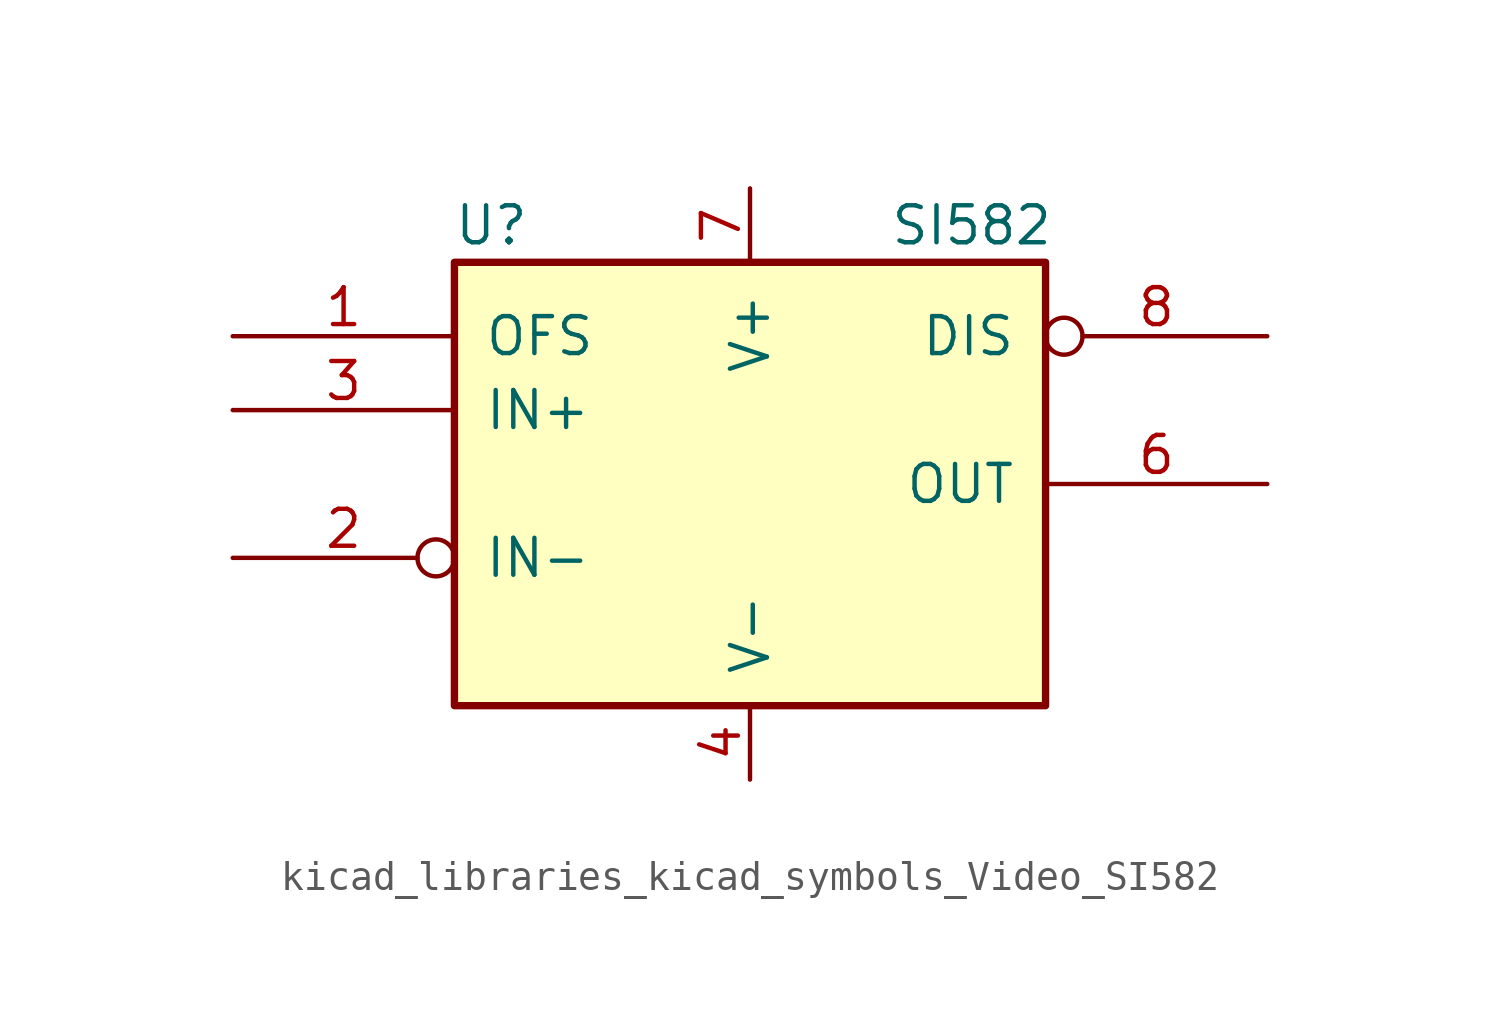
<source format=kicad_sym>
(kicad_symbol_lib
  (version 20220914)
  (generator kicad_symbol_editor)
  (symbol "kicad_libraries_kicad_symbols_Video_SI582"
    (pin_names
      (offset 1.016))
    (property "Reference" "U"
      (at -8.89 8.89 0)
      (effects (font (size 1.27 1.27))))
    (property "Value" "SI582"
      (at 7.62 8.89 0)
      (effects (font (size 1.27 1.27))))
    (symbol "kicad_libraries_kicad_symbols_Video_SI582_0_1"
      (rectangle (start -10.16 -7.62) (end 10.16 7.62) (stroke (width 0.254) (type default)) (fill (type background))))
    (symbol "kicad_libraries_kicad_symbols_Video_SI582_1_1"
      (pin input line (at -17.78 5.08 0) (length 7.62) (name "OFS" (effects (font (size 1.27 1.27)))) (number "1" (effects (font (size 1.27 1.27)))))
      (pin input inverted (at -17.78 -2.54 0) (length 7.62) (name "IN-" (effects (font (size 1.27 1.27)))) (number "2" (effects (font (size 1.27 1.27)))))
      (pin input line (at -17.78 2.54 0) (length 7.62) (name "IN+" (effects (font (size 1.27 1.27)))) (number "3" (effects (font (size 1.27 1.27)))))
      (pin power_in line (at 0 -10.16 90) (length 2.54) (name "V-" (effects (font (size 1.27 1.27)))) (number "4" (effects (font (size 1.27 1.27)))))
      (pin input line (at 17.78 0 180) (length 7.62) (name "OUT" (effects (font (size 1.27 1.27)))) (number "6" (effects (font (size 1.27 1.27)))))
      (pin power_in line (at 0 10.16 270) (length 2.54) (name "V+" (effects (font (size 1.27 1.27)))) (number "7" (effects (font (size 1.27 1.27)))))
      (pin input inverted (at 17.78 5.08 180) (length 7.62) (name "DIS" (effects (font (size 1.27 1.27)))) (number "8" (effects (font (size 1.27 1.27))))))))
</source>
